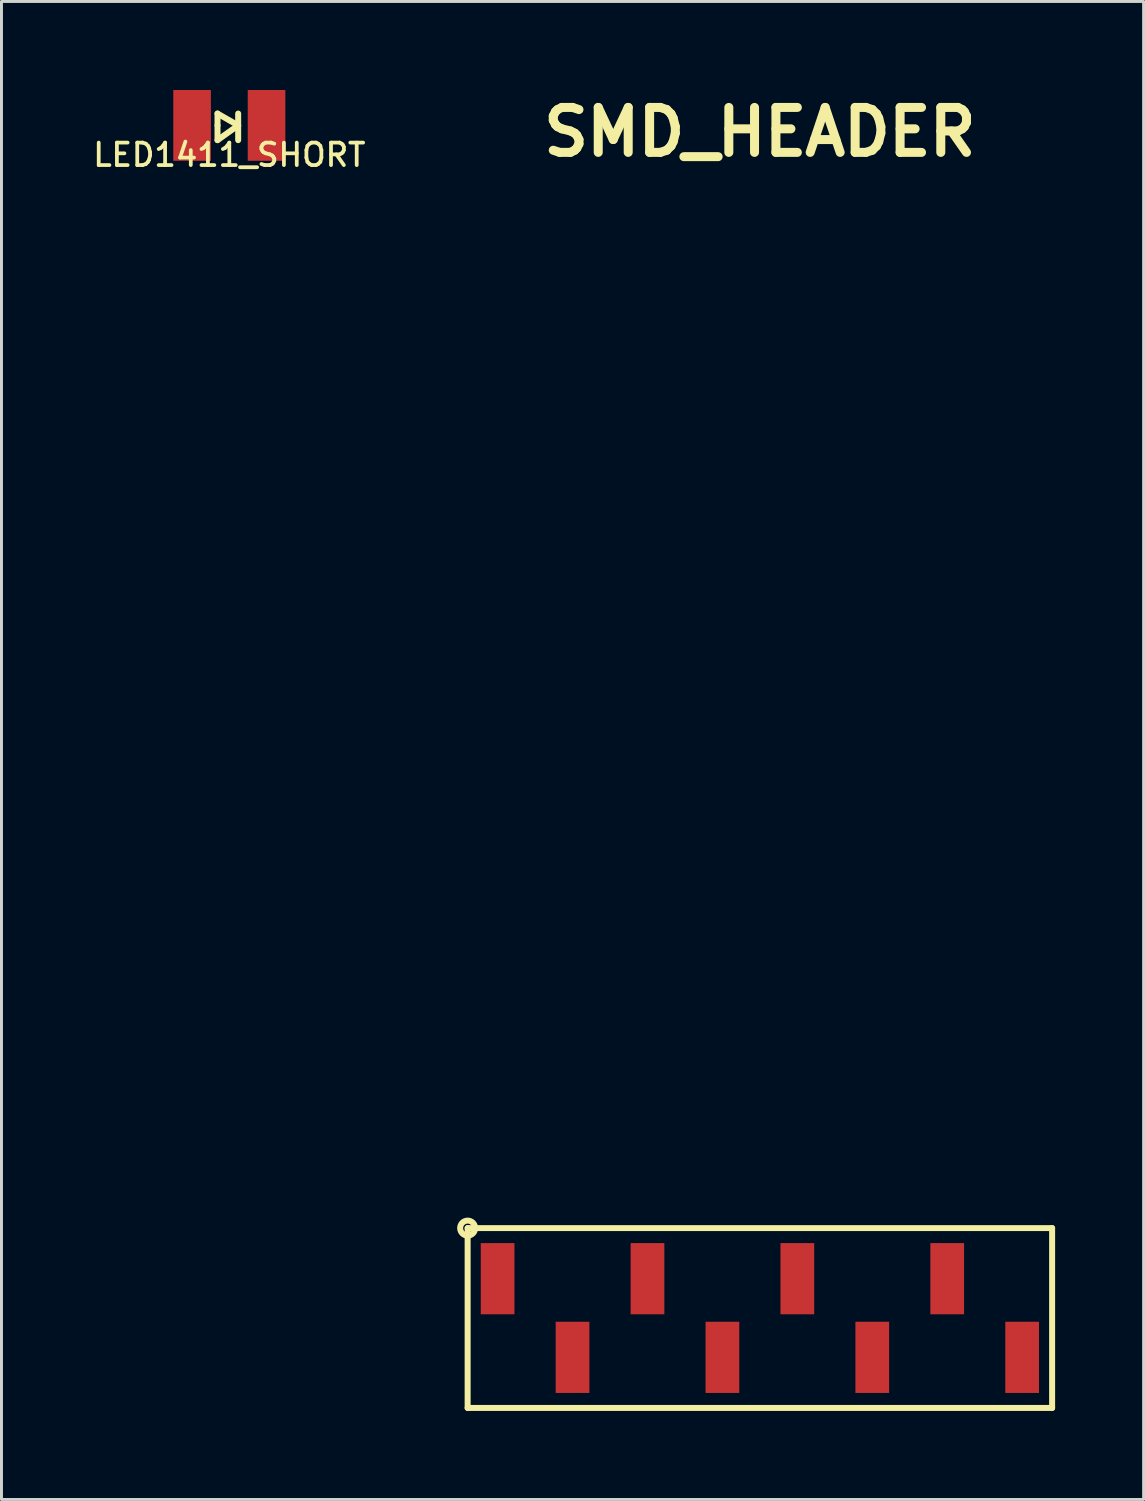
<source format=kicad_pcb>
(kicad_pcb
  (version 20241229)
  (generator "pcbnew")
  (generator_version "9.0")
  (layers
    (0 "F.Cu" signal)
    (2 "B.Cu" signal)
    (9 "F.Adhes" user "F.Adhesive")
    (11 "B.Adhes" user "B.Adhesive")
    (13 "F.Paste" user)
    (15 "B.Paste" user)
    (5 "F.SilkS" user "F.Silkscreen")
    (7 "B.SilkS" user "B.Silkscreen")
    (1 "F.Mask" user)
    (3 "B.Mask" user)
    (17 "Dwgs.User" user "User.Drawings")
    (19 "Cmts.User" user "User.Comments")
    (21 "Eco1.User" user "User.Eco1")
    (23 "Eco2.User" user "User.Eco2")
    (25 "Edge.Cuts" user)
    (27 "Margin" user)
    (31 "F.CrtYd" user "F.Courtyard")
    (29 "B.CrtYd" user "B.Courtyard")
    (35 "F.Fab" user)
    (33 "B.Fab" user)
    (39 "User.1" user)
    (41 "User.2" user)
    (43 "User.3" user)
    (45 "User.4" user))
  (footprint "SMD_HEADER"
    (layer "F.Cu")
    (at 22.707 41.626)
    (property "Reference" "SMD_HEADER" (at 0 -40.2 0) (layer "F.SilkS") (effects (font (size 1.524 1.524) (thickness 0.305))))
    (attr through_hole)
    (fp_line (start -9.906 -3.048) (end -9.906 3.048) (stroke (width 0.203) (type solid)) (layer "F.SilkS"))
    (fp_line (start -9.906 3.048) (end 9.906 3.048) (stroke (width 0.203) (type solid)) (layer "F.SilkS"))
    (fp_line (start 9.906 -3.048) (end -9.906 -3.048) (stroke (width 0.203) (type solid)) (layer "F.SilkS"))
    (fp_line (start 9.906 3.048) (end 9.906 -3.048) (stroke (width 0.203) (type solid)) (layer "F.SilkS"))
    (fp_circle (center -9.906 -3.048) (end -9.906 -3.302) (stroke (width 0.203) (type solid)) (fill no) (layer "F.SilkS"))
    (pad "1" smd rect (at -8.89 -1.333) (size 1.143 2.413) (layers "F.Cu" "F.Mask" "F.Paste"))
    (pad "2" smd rect (at -6.35 1.333) (size 1.143 2.413) (layers "F.Cu" "F.Mask" "F.Paste"))
    (pad "3" smd rect (at -3.81 -1.333) (size 1.143 2.413) (layers "F.Cu" "F.Mask" "F.Paste"))
    (pad "4" smd rect (at -1.27 1.333) (size 1.143 2.413) (layers "F.Cu" "F.Mask" "F.Paste"))
    (pad "5" smd rect (at 1.27 -1.333) (size 1.143 2.413) (layers "F.Cu" "F.Mask" "F.Paste"))
    (pad "6" smd rect (at 3.81 1.333) (size 1.143 2.413) (layers "F.Cu" "F.Mask" "F.Paste"))
    (pad "7" smd rect (at 6.35 -1.333) (size 1.143 2.413) (layers "F.Cu" "F.Mask" "F.Paste"))
    (pad "8" smd rect (at 8.89 1.333) (size 1.143 2.413) (layers "F.Cu" "F.Mask" "F.Paste")))
  (footprint "LED1411_SHORT"
    (layer "F.Cu")
    (at 4.723 1.2)
    (property "Reference" "LED1411_SHORT" (at 0 1 0) (layer "F.SilkS") (effects (font (size 0.762 0.762) (thickness 0.127))))
    (attr through_hole)
    (fp_line (start -0.4 -0.4) (end 0.3 0) (stroke (width 0.203) (type solid)) (layer "F.SilkS"))
    (fp_line (start -0.4 0) (end -0.4 -0.4) (stroke (width 0.203) (type solid)) (layer "F.SilkS"))
    (fp_line (start -0.4 0) (end -0.4 0.5) (stroke (width 0.203) (type solid)) (layer "F.SilkS"))
    (fp_line (start 0.3 -0.4) (end 0.3 0.5) (stroke (width 0.203) (type solid)) (layer "F.SilkS"))
    (fp_line (start 0.3 0) (end -0.4 0.5) (stroke (width 0.203) (type solid)) (layer "F.SilkS"))
    (pad "1" smd rect (at -1.262 0) (size 1.275 2.4) (layers "F.Cu" "F.Mask" "F.Paste"))
    (pad "2" smd rect (at 1.262 0) (size 1.275 2.4) (layers "F.Cu" "F.Mask" "F.Paste")))
  (gr_rect
    (start -3 -3)
    (end 35.714 47.776)
    (stroke (width 0.1) (type default))
    (fill no)
    (layer "Edge.Cuts")))
</source>
